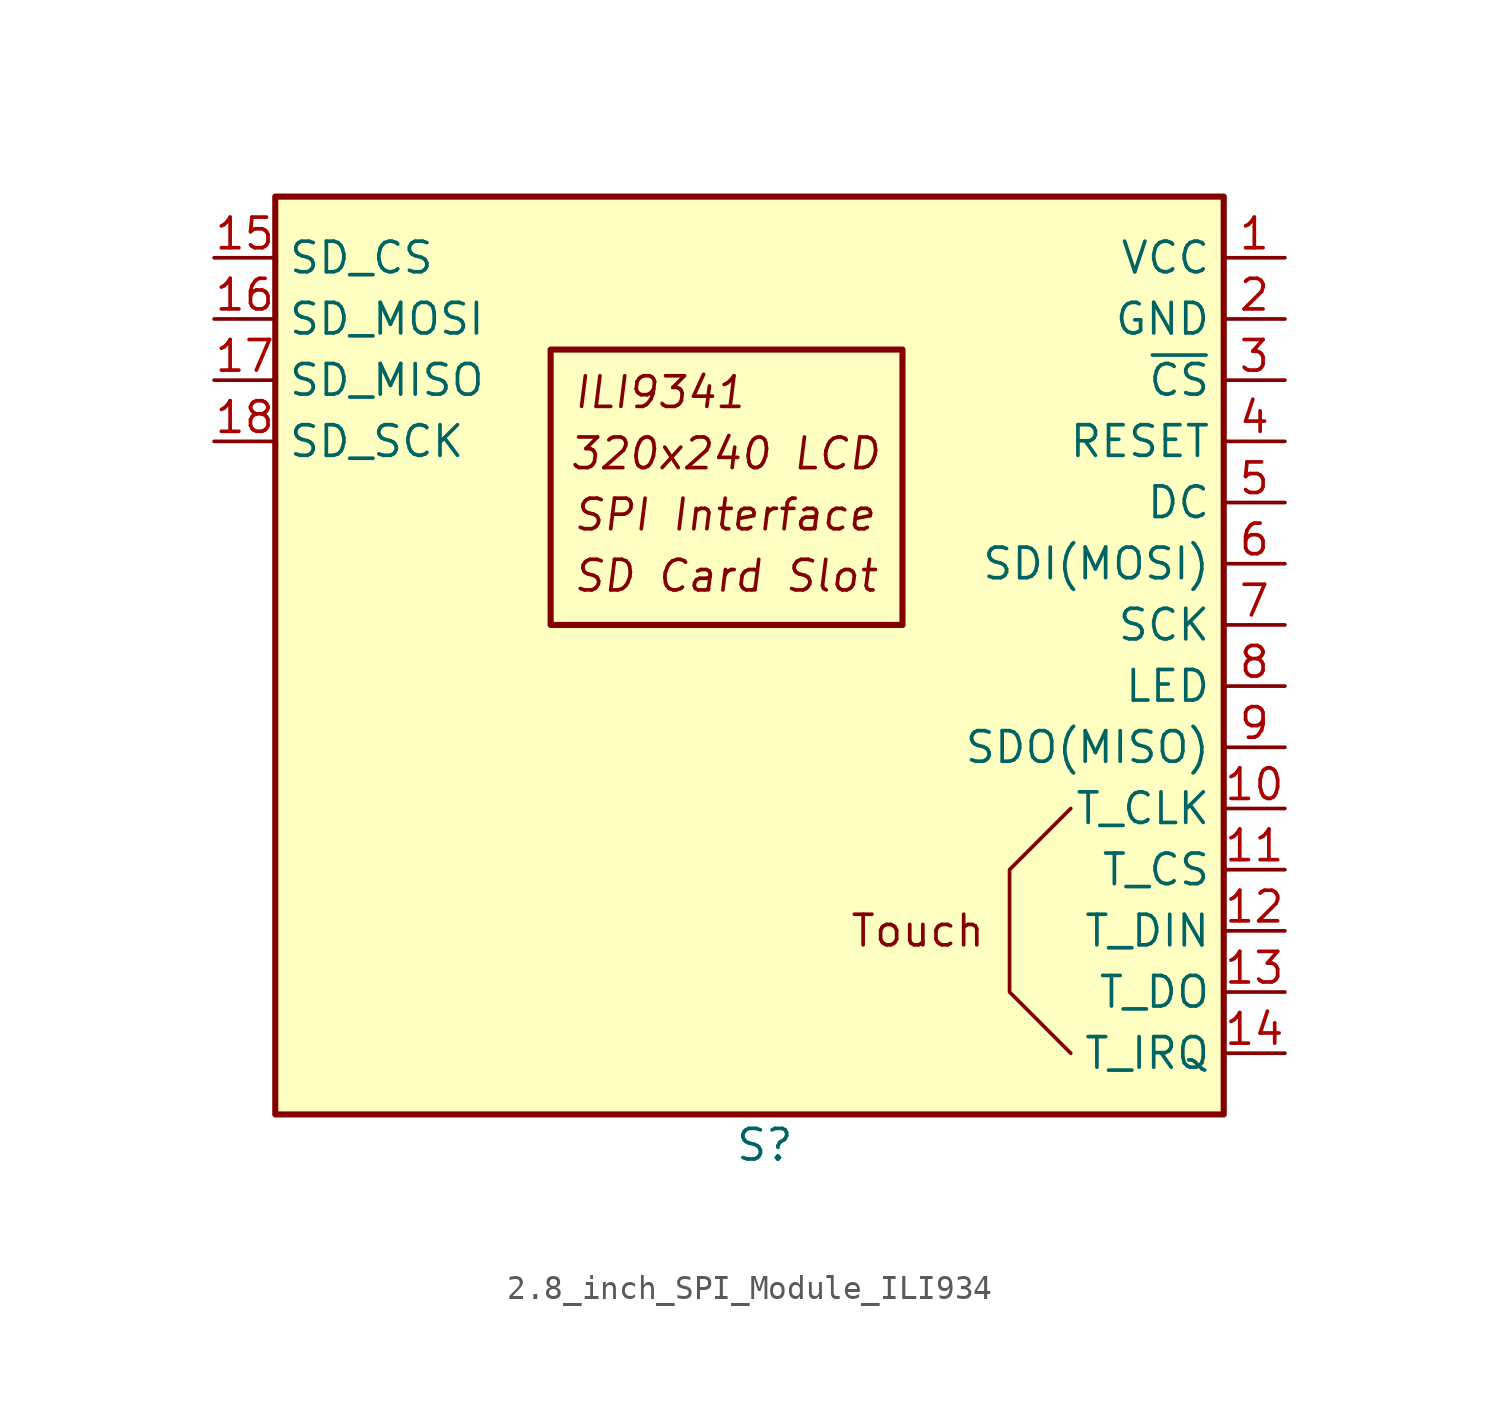
<source format=kicad_sym>
(kicad_symbol_lib
  (version 20220914)
  (generator kicad_symbol_editor)
  (symbol "2.8_inch_SPI_Module_ILI934"
    (property "Reference" "S"
      (at 0 0 0)
      (effects (font (size 1.27 1.27))))
    (property "Value" ""
      (at 0 0 0)
      (effects (font (size 1.27 1.27))))
    (symbol "2.8_inch_SPI_Module_ILI934_0_0"
      (text "320x240 LCD" (at -1.651 28.702 0) (effects (font (size 1.27 1.27) italic)))
      (text "ILI9341" (at -8.001 31.242 0) (effects (font (size 1.27 1.27) italic) (justify left)))
      (text "SD Card Slot" (at -8.001 23.622 0) (effects (font (size 1.27 1.27) italic) (justify left)))
      (text "SPI Interface" (at -8.001 26.162 0) (effects (font (size 1.27 1.27) italic) (justify left))))
    (symbol "2.8_inch_SPI_Module_ILI934_0_1"
      (rectangle (start -20.32 39.37) (end 19.05 1.27) (stroke (width 0.254) (type default)) (fill (type background)))
      (rectangle (start -8.89 33.02) (end 5.715 21.59) (stroke (width 0.254) (type default)) (fill (type none)))
      (polyline (pts (xy 12.7 3.81) (xy 10.16 6.35) (xy 10.16 11.43) (xy 12.7 13.97)) (stroke (width 0) (type default)) (fill (type none))))
    (symbol "2.8_inch_SPI_Module_ILI934_1_1"
      (text "Touch" (at 6.35 8.89 0) (effects (font (size 1.27 1.27))))
      (pin power_in line (at 21.59 36.83 180) (length 2.54) (name "VCC" (effects (font (size 1.27 1.27)))) (number "1" (effects (font (size 1.27 1.27)))))
      (pin output line (at 21.59 13.97 180) (length 2.54) (name "T_CLK" (effects (font (size 1.27 1.27)))) (number "10" (effects (font (size 1.27 1.27)))))
      (pin output line (at 21.59 11.43 180) (length 2.54) (name "T_CS" (effects (font (size 1.27 1.27)))) (number "11" (effects (font (size 1.27 1.27)))))
      (pin output line (at 21.59 8.89 180) (length 2.54) (name "T_DIN" (effects (font (size 1.27 1.27)))) (number "12" (effects (font (size 1.27 1.27)))))
      (pin output line (at 21.59 6.35 180) (length 2.54) (name "T_DO" (effects (font (size 1.27 1.27)))) (number "13" (effects (font (size 1.27 1.27)))))
      (pin output line (at 21.59 3.81 180) (length 2.54) (name "T_IRQ" (effects (font (size 1.27 1.27)))) (number "14" (effects (font (size 1.27 1.27)))))
      (pin input line (at -22.86 36.83 0) (length 2.54) (name "SD_CS" (effects (font (size 1.27 1.27)))) (number "15" (effects (font (size 1.27 1.27)))))
      (pin input line (at -22.86 34.29 0) (length 2.54) (name "SD_MOSI" (effects (font (size 1.27 1.27)))) (number "16" (effects (font (size 1.27 1.27)))))
      (pin output line (at -22.86 31.75 0) (length 2.54) (name "SD_MISO" (effects (font (size 1.27 1.27)))) (number "17" (effects (font (size 1.27 1.27)))))
      (pin input line (at -22.86 29.21 0) (length 2.54) (name "SD_SCK" (effects (font (size 1.27 1.27)))) (number "18" (effects (font (size 1.27 1.27)))))
      (pin power_in line (at 21.59 34.29 180) (length 2.54) (name "GND" (effects (font (size 1.27 1.27)))) (number "2" (effects (font (size 1.27 1.27)))))
      (pin input line (at 21.59 31.75 180) (length 2.54) (name "~{CS}" (effects (font (size 1.27 1.27)))) (number "3" (effects (font (size 1.27 1.27)))))
      (pin input line (at 21.59 29.21 180) (length 2.54) (name "RESET" (effects (font (size 1.27 1.27)))) (number "4" (effects (font (size 1.27 1.27)))))
      (pin input line (at 21.59 26.67 180) (length 2.54) (name "DC" (effects (font (size 1.27 1.27)))) (number "5" (effects (font (size 1.27 1.27)))))
      (pin input line (at 21.59 24.13 180) (length 2.54) (name "SDI(MOSI)" (effects (font (size 1.27 1.27)))) (number "6" (effects (font (size 1.27 1.27)))))
      (pin input line (at 21.59 21.59 180) (length 2.54) (name "SCK" (effects (font (size 1.27 1.27)))) (number "7" (effects (font (size 1.27 1.27)))))
      (pin input line (at 21.59 19.05 180) (length 2.54) (name "LED" (effects (font (size 1.27 1.27)))) (number "8" (effects (font (size 1.27 1.27)))))
      (pin output line (at 21.59 16.51 180) (length 2.54) (name "SDO(MISO)" (effects (font (size 1.27 1.27)))) (number "9" (effects (font (size 1.27 1.27))))))))
</source>
